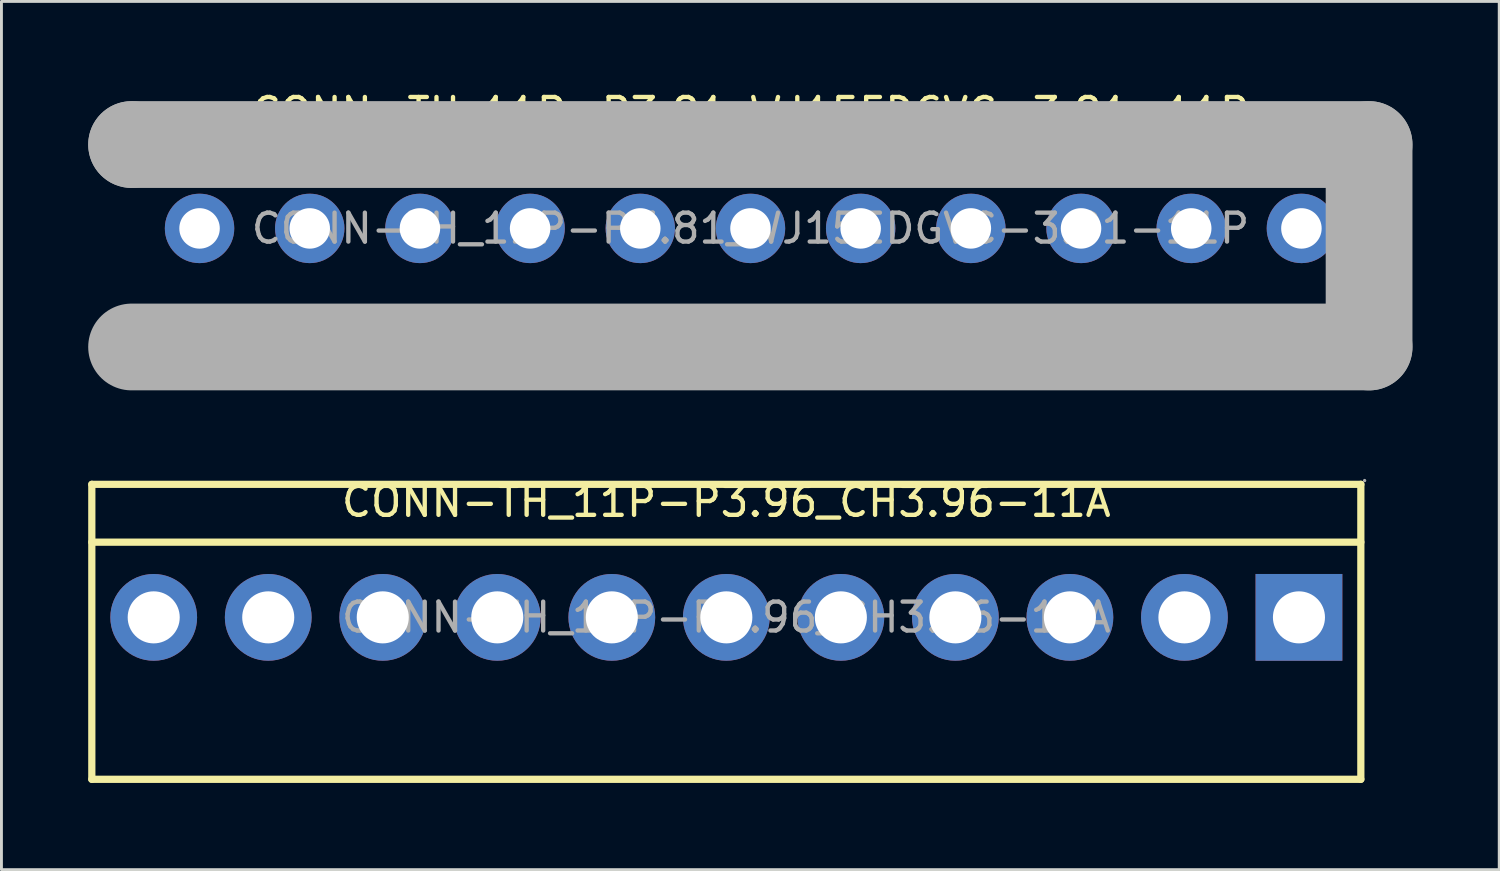
<source format=kicad_pcb>
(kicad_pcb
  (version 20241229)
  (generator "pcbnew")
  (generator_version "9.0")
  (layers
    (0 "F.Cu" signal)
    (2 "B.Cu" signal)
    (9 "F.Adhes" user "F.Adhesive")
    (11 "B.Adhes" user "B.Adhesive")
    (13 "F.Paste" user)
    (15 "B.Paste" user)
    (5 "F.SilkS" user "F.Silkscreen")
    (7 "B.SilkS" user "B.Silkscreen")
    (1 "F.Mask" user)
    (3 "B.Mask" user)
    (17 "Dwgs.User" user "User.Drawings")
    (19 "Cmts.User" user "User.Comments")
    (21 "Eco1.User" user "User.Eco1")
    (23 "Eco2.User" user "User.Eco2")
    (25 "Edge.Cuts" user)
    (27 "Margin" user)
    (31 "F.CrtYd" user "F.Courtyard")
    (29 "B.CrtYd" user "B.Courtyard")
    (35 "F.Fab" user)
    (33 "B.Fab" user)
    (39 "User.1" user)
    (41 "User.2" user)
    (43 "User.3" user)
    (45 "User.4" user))
  (footprint "CONN-TH_11P-P3.81_WJ15EDGVC-3.81-11P"
    (layer "F.Cu")
    (at 22.9 4.848)
    (property "Reference" "CONN-TH_11P-P3.81_WJ15EDGVC-3.81-11P" (at 0 -4 0) (layer "F.SilkS") (effects (font (size 1 1) (thickness 0.15))))
    (attr through_hole)
    (fp_line (start -20.32 3.69) (end -19.56 2.92) (stroke (width 0.25) (type solid)) (layer "F.SilkS"))
    (fp_line (start -19.56 2.92) (end -18.54 2.92) (stroke (width 0.25) (type solid)) (layer "F.SilkS"))
    (fp_line (start -18.54 2.92) (end -17.78 3.69) (stroke (width 0.25) (type solid)) (layer "F.SilkS"))
    (fp_line (start -17.78 3.69) (end -20.32 3.69) (stroke (width 0.25) (type solid)) (layer "F.SilkS"))
    (fp_line (start -16.51 3.69) (end -15.75 2.92) (stroke (width 0.25) (type solid)) (layer "F.SilkS"))
    (fp_line (start -15.75 2.92) (end -14.73 2.92) (stroke (width 0.25) (type solid)) (layer "F.SilkS"))
    (fp_line (start -14.73 2.92) (end -13.97 3.69) (stroke (width 0.25) (type solid)) (layer "F.SilkS"))
    (fp_line (start -13.97 3.69) (end -16.51 3.69) (stroke (width 0.25) (type solid)) (layer "F.SilkS"))
    (fp_line (start -12.7 3.69) (end -11.94 2.92) (stroke (width 0.25) (type solid)) (layer "F.SilkS"))
    (fp_line (start -11.94 2.92) (end -10.92 2.92) (stroke (width 0.25) (type solid)) (layer "F.SilkS"))
    (fp_line (start -10.92 2.92) (end -10.16 3.69) (stroke (width 0.25) (type solid)) (layer "F.SilkS"))
    (fp_line (start -10.16 3.69) (end -12.7 3.69) (stroke (width 0.25) (type solid)) (layer "F.SilkS"))
    (fp_line (start -8.89 3.69) (end -8.13 2.92) (stroke (width 0.25) (type solid)) (layer "F.SilkS"))
    (fp_line (start -8.13 2.92) (end -7.11 2.92) (stroke (width 0.25) (type solid)) (layer "F.SilkS"))
    (fp_line (start -7.11 2.92) (end -6.35 3.69) (stroke (width 0.25) (type solid)) (layer "F.SilkS"))
    (fp_line (start -6.35 3.69) (end -8.89 3.69) (stroke (width 0.25) (type solid)) (layer "F.SilkS"))
    (fp_line (start -5.08 3.69) (end -4.32 2.92) (stroke (width 0.25) (type solid)) (layer "F.SilkS"))
    (fp_line (start -4.32 2.92) (end -3.3 2.92) (stroke (width 0.25) (type solid)) (layer "F.SilkS"))
    (fp_line (start -3.3 2.92) (end -2.54 3.69) (stroke (width 0.25) (type solid)) (layer "F.SilkS"))
    (fp_line (start -2.54 3.69) (end -5.08 3.69) (stroke (width 0.25) (type solid)) (layer "F.SilkS"))
    (fp_line (start -1.27 3.69) (end -0.51 2.92) (stroke (width 0.25) (type solid)) (layer "F.SilkS"))
    (fp_line (start -0.51 2.92) (end 0.51 2.92) (stroke (width 0.25) (type solid)) (layer "F.SilkS"))
    (fp_line (start 0.51 2.92) (end 1.27 3.69) (stroke (width 0.25) (type solid)) (layer "F.SilkS"))
    (fp_line (start 1.27 3.69) (end -1.27 3.69) (stroke (width 0.25) (type solid)) (layer "F.SilkS"))
    (fp_line (start 2.54 3.69) (end 3.3 2.92) (stroke (width 0.25) (type solid)) (layer "F.SilkS"))
    (fp_line (start 3.3 2.92) (end 4.32 2.92) (stroke (width 0.25) (type solid)) (layer "F.SilkS"))
    (fp_line (start 4.32 2.92) (end 5.08 3.69) (stroke (width 0.25) (type solid)) (layer "F.SilkS"))
    (fp_line (start 5.08 3.69) (end 2.54 3.69) (stroke (width 0.25) (type solid)) (layer "F.SilkS"))
    (fp_line (start 6.35 3.69) (end 7.11 2.92) (stroke (width 0.25) (type solid)) (layer "F.SilkS"))
    (fp_line (start 7.11 2.92) (end 8.13 2.92) (stroke (width 0.25) (type solid)) (layer "F.SilkS"))
    (fp_line (start 8.13 2.92) (end 8.89 3.69) (stroke (width 0.25) (type solid)) (layer "F.SilkS"))
    (fp_line (start 8.89 3.69) (end 6.35 3.69) (stroke (width 0.25) (type solid)) (layer "F.SilkS"))
    (fp_line (start 10.16 3.69) (end 10.92 2.92) (stroke (width 0.25) (type solid)) (layer "F.SilkS"))
    (fp_line (start 10.92 2.92) (end 11.94 2.92) (stroke (width 0.25) (type solid)) (layer "F.SilkS"))
    (fp_line (start 11.94 2.92) (end 12.7 3.69) (stroke (width 0.25) (type solid)) (layer "F.SilkS"))
    (fp_line (start 12.7 3.69) (end 10.16 3.69) (stroke (width 0.25) (type solid)) (layer "F.SilkS"))
    (fp_line (start 13.97 3.69) (end 14.73 2.92) (stroke (width 0.25) (type solid)) (layer "F.SilkS"))
    (fp_line (start 14.73 2.92) (end 15.75 2.92) (stroke (width 0.25) (type solid)) (layer "F.SilkS"))
    (fp_line (start 15.75 2.92) (end 16.51 3.69) (stroke (width 0.25) (type solid)) (layer "F.SilkS"))
    (fp_line (start 16.51 3.69) (end 13.97 3.69) (stroke (width 0.25) (type solid)) (layer "F.SilkS"))
    (fp_line (start 17.78 3.69) (end 18.54 2.92) (stroke (width 0.25) (type solid)) (layer "F.SilkS"))
    (fp_line (start 18.54 2.92) (end 19.56 2.92) (stroke (width 0.25) (type solid)) (layer "F.SilkS"))
    (fp_line (start 19.56 2.92) (end 20.32 3.69) (stroke (width 0.25) (type solid)) (layer "F.SilkS"))
    (fp_line (start 20.32 3.69) (end 17.78 3.69) (stroke (width 0.25) (type solid)) (layer "F.SilkS"))
    (fp_line (start -21.4 -2.9) (end -21.4 -2.9) (stroke (width 3) (type solid)) (layer "F.Fab"))
    (fp_line (start -21.4 -2.9) (end 21.39 -2.9) (stroke (width 3) (type solid)) (layer "F.Fab"))
    (fp_line (start 21.39 -2.9) (end 21.39 4.1) (stroke (width 3) (type solid)) (layer "F.Fab"))
    (fp_line (start 21.39 4.1) (end -21.4 4.1) (stroke (width 3) (type solid)) (layer "F.Fab"))
    (fp_circle (center -21.53 4.23) (end -21.5 4.23) (stroke (width 0.06) (type solid)) (fill no) (layer "F.Fab"))
    (fp_circle (center -19.05 0) (end -18.75 0) (stroke (width 0.6) (type solid)) (fill no) (layer "F.Fab"))
    (fp_circle (center -15.24 0) (end -14.94 0) (stroke (width 0.6) (type solid)) (fill no) (layer "F.Fab"))
    (fp_circle (center -11.43 0) (end -11.13 0) (stroke (width 0.6) (type solid)) (fill no) (layer "F.Fab"))
    (fp_circle (center -7.62 0) (end -7.32 0) (stroke (width 0.6) (type solid)) (fill no) (layer "F.Fab"))
    (fp_circle (center -3.81 0) (end -3.51 0) (stroke (width 0.6) (type solid)) (fill no) (layer "F.Fab"))
    (fp_circle (center 0 0) (end 0.3 0) (stroke (width 0.6) (type solid)) (fill no) (layer "F.Fab"))
    (fp_circle (center 3.81 0) (end 4.11 0) (stroke (width 0.6) (type solid)) (fill no) (layer "F.Fab"))
    (fp_circle (center 7.62 0) (end 7.92 0) (stroke (width 0.6) (type solid)) (fill no) (layer "F.Fab"))
    (fp_circle (center 11.43 0) (end 11.73 0) (stroke (width 0.6) (type solid)) (fill no) (layer "F.Fab"))
    (fp_circle (center 15.24 0) (end 15.54 0) (stroke (width 0.6) (type solid)) (fill no) (layer "F.Fab"))
    (fp_circle (center 19.05 0) (end 19.35 0) (stroke (width 0.6) (type solid)) (fill no) (layer "F.Fab"))
    (fp_text user "${REFERENCE}" (at 0 0 0) (layer "F.Fab") (effects (font (size 1 1) (thickness 0.15))))
    (pad "1" thru_hole circle (at -19.05 0) (size 2.4 2.4) (drill 1.4) (layers "*.Cu" "*.Paste" "*.Mask"))
    (pad "2" thru_hole circle (at -15.24 0) (size 2.4 2.4) (drill 1.4) (layers "*.Cu" "*.Paste" "*.Mask"))
    (pad "3" thru_hole circle (at -11.43 0) (size 2.4 2.4) (drill 1.4) (layers "*.Cu" "*.Paste" "*.Mask"))
    (pad "4" thru_hole circle (at -7.62 0) (size 2.4 2.4) (drill 1.4) (layers "*.Cu" "*.Paste" "*.Mask"))
    (pad "5" thru_hole circle (at -3.81 0) (size 2.4 2.4) (drill 1.4) (layers "*.Cu" "*.Paste" "*.Mask"))
    (pad "6" thru_hole circle (at 0 0) (size 2.4 2.4) (drill 1.4) (layers "*.Cu" "*.Paste" "*.Mask"))
    (pad "7" thru_hole circle (at 3.81 0) (size 2.4 2.4) (drill 1.4) (layers "*.Cu" "*.Paste" "*.Mask"))
    (pad "8" thru_hole circle (at 7.62 0) (size 2.4 2.4) (drill 1.4) (layers "*.Cu" "*.Paste" "*.Mask"))
    (pad "9" thru_hole circle (at 11.43 0) (size 2.4 2.4) (drill 1.4) (layers "*.Cu" "*.Paste" "*.Mask"))
    (pad "10" thru_hole circle (at 15.24 0) (size 2.4 2.4) (drill 1.4) (layers "*.Cu" "*.Paste" "*.Mask"))
    (pad "11" thru_hole circle (at 19.05 0) (size 2.4 2.4) (drill 1.4) (layers "*.Cu" "*.Paste" "*.Mask")))
  (footprint "CONN-TH_11P-P3.96_CH3.96-11A"
    (layer "F.Cu")
    (at 22.065 18.297)
    (property "Reference" "CONN-TH_11P-P3.96_CH3.96-11A" (at 0 -4 0) (layer "F.SilkS") (effects (font (size 1 1) (thickness 0.15))))
    (attr through_hole)
    (fp_line (start -21.94 -4.6) (end -21.94 5.6) (stroke (width 0.25) (type solid)) (layer "F.SilkS"))
    (fp_line (start -21.94 -4.6) (end 21.94 -4.6) (stroke (width 0.25) (type solid)) (layer "F.SilkS"))
    (fp_line (start -21.94 -2.6) (end 21.94 -2.6) (stroke (width 0.25) (type solid)) (layer "F.SilkS"))
    (fp_line (start -21.94 5.6) (end 21.94 5.6) (stroke (width 0.25) (type solid)) (layer "F.SilkS"))
    (fp_line (start 21.94 -4.6) (end 21.94 5.6) (stroke (width 0.25) (type solid)) (layer "F.SilkS"))
    (fp_circle (center -19.8 0) (end -19.4 0) (stroke (width 0.8) (type solid)) (fill no) (layer "F.Fab"))
    (fp_circle (center -15.84 0) (end -15.44 0) (stroke (width 0.8) (type solid)) (fill no) (layer "F.Fab"))
    (fp_circle (center -11.88 0) (end -11.48 0) (stroke (width 0.8) (type solid)) (fill no) (layer "F.Fab"))
    (fp_circle (center -7.92 0) (end -7.52 0) (stroke (width 0.8) (type solid)) (fill no) (layer "F.Fab"))
    (fp_circle (center -3.96 0) (end -3.56 0) (stroke (width 0.8) (type solid)) (fill no) (layer "F.Fab"))
    (fp_circle (center 0 0) (end 0.4 0) (stroke (width 0.8) (type solid)) (fill no) (layer "F.Fab"))
    (fp_circle (center 3.96 0) (end 4.36 0) (stroke (width 0.8) (type solid)) (fill no) (layer "F.Fab"))
    (fp_circle (center 7.92 0) (end 8.32 0) (stroke (width 0.8) (type solid)) (fill no) (layer "F.Fab"))
    (fp_circle (center 11.88 0) (end 12.28 0) (stroke (width 0.8) (type solid)) (fill no) (layer "F.Fab"))
    (fp_circle (center 15.84 0) (end 16.24 0) (stroke (width 0.8) (type solid)) (fill no) (layer "F.Fab"))
    (fp_circle (center 19.8 0) (end 20.2 0) (stroke (width 0.8) (type solid)) (fill no) (layer "F.Fab"))
    (fp_circle (center 22.07 -4.73) (end 22.1 -4.73) (stroke (width 0.06) (type solid)) (fill no) (layer "F.Fab"))
    (fp_text user "${REFERENCE}" (at 0 0 0) (layer "F.Fab") (effects (font (size 1 1) (thickness 0.15))))
    (pad "1" thru_hole rect (at 19.8 0) (size 3 3) (drill 1.8) (layers "*.Cu" "*.Paste" "*.Mask"))
    (pad "2" thru_hole circle (at 15.84 0) (size 3 3) (drill 1.8) (layers "*.Cu" "*.Paste" "*.Mask"))
    (pad "3" thru_hole circle (at 11.88 0) (size 3 3) (drill 1.8) (layers "*.Cu" "*.Paste" "*.Mask"))
    (pad "4" thru_hole circle (at 7.92 0) (size 3 3) (drill 1.8) (layers "*.Cu" "*.Paste" "*.Mask"))
    (pad "5" thru_hole circle (at 3.96 0) (size 3 3) (drill 1.8) (layers "*.Cu" "*.Paste" "*.Mask"))
    (pad "6" thru_hole circle (at 0 0) (size 3 3) (drill 1.8) (layers "*.Cu" "*.Paste" "*.Mask"))
    (pad "7" thru_hole circle (at -3.96 0) (size 3 3) (drill 1.8) (layers "*.Cu" "*.Paste" "*.Mask"))
    (pad "8" thru_hole circle (at -7.92 0) (size 3 3) (drill 1.8) (layers "*.Cu" "*.Paste" "*.Mask"))
    (pad "9" thru_hole circle (at -11.88 0) (size 3 3) (drill 1.8) (layers "*.Cu" "*.Paste" "*.Mask"))
    (pad "10" thru_hole circle (at -15.84 0) (size 3 3) (drill 1.8) (layers "*.Cu" "*.Paste" "*.Mask"))
    (pad "11" thru_hole circle (at -19.8 0) (size 3 3) (drill 1.8) (layers "*.Cu" "*.Paste" "*.Mask")))
  (gr_rect
    (start -3 -3)
    (end 48.79 27.021)
    (stroke (width 0.1) (type default))
    (fill no)
    (layer "Edge.Cuts")))
</source>
